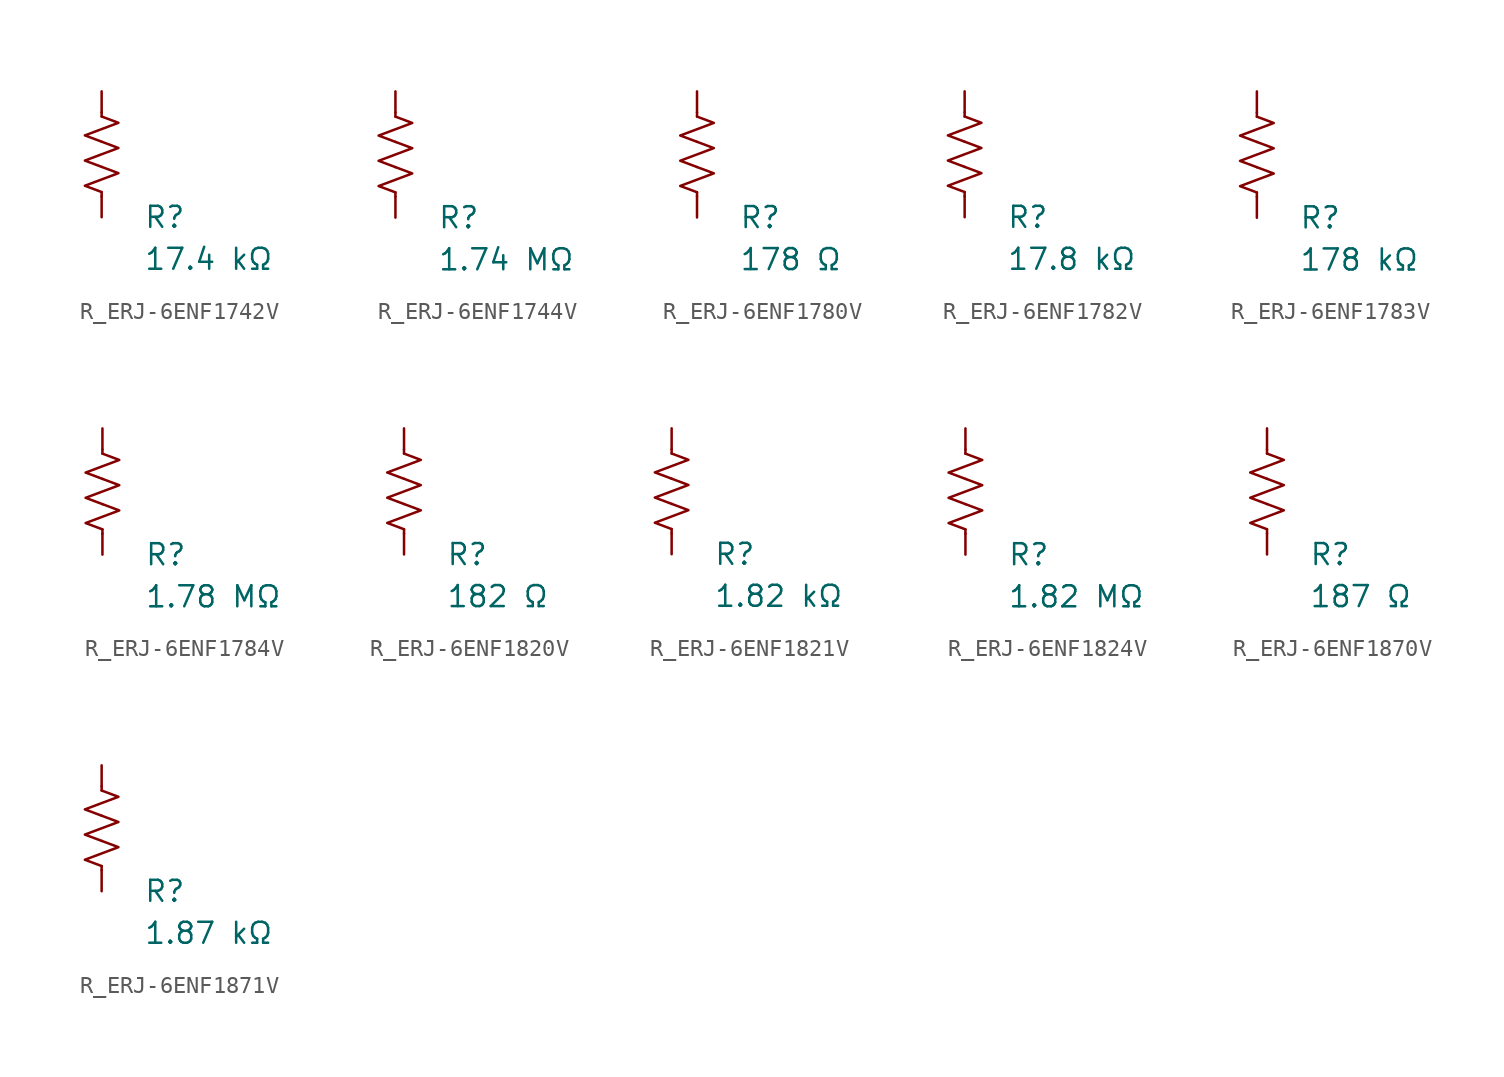
<source format=kicad_sym>
(kicad_symbol_lib
  (version 20231120)
  (generator "kicad_symbol_editor")
  (generator_version "8.0")
  (symbol "R_ERJ-6ENF1742V"
    (pin_numbers hide)
    (pin_names
      (offset 0))
    (property "Reference" "R"
      (at 2.54 -3.81 0)
      (effects (font (size 1.27 1.27)) (justify left))
      (show_name no))
    (property "Value" "17.4 kΩ"
      (at 2.54 -6.35 0)
      (effects (font (size 1.27 1.27)) (justify left))
      (show_name no))
    (symbol "R_ERJ-6ENF1742V_0_1"
      (polyline (pts (xy 0 -2.286) (xy 0 -2.54)) (stroke (width 0) (type default)) (fill (type none)))
      (polyline (pts (xy 0 2.286) (xy 0 2.54)) (stroke (width 0) (type default)) (fill (type none)))
      (polyline (pts (xy 0 -0.762) (xy 1.016 -1.143) (xy 0 -1.524) (xy -1.016 -1.905) (xy 0 -2.286)) (stroke (width 0) (type default)) (fill (type none)))
      (polyline (pts (xy 0 0.762) (xy 1.016 0.381) (xy 0 0) (xy -1.016 -0.381) (xy 0 -0.762)) (stroke (width 0) (type default)) (fill (type none)))
      (polyline (pts (xy 0 2.286) (xy 1.016 1.905) (xy 0 1.524) (xy -1.016 1.143) (xy 0 0.762)) (stroke (width 0) (type default)) (fill (type none))))
    (symbol "R_ERJ-6ENF1742V_1_1"
      (pin passive line (at 0 3.81 270) (length 1.27) (name "~" (effects (font (size 1.27 1.27)))) (number "1" (effects (font (size 1.27 1.27)))))
      (pin passive line (at 0 -3.81 90) (length 1.27) (name "~" (effects (font (size 1.27 1.27)))) (number "2" (effects (font (size 1.27 1.27)))))))
  (symbol "R_ERJ-6ENF1744V"
    (pin_numbers hide)
    (pin_names
      (offset 0))
    (property "Reference" "R"
      (at 2.54 -3.81 0)
      (effects (font (size 1.27 1.27)) (justify left))
      (show_name no))
    (property "Value" "1.74 MΩ"
      (at 2.54 -6.35 0)
      (effects (font (size 1.27 1.27)) (justify left))
      (show_name no))
    (symbol "R_ERJ-6ENF1744V_0_1"
      (polyline (pts (xy 0 -2.286) (xy 0 -2.54)) (stroke (width 0) (type default)) (fill (type none)))
      (polyline (pts (xy 0 2.286) (xy 0 2.54)) (stroke (width 0) (type default)) (fill (type none)))
      (polyline (pts (xy 0 -0.762) (xy 1.016 -1.143) (xy 0 -1.524) (xy -1.016 -1.905) (xy 0 -2.286)) (stroke (width 0) (type default)) (fill (type none)))
      (polyline (pts (xy 0 0.762) (xy 1.016 0.381) (xy 0 0) (xy -1.016 -0.381) (xy 0 -0.762)) (stroke (width 0) (type default)) (fill (type none)))
      (polyline (pts (xy 0 2.286) (xy 1.016 1.905) (xy 0 1.524) (xy -1.016 1.143) (xy 0 0.762)) (stroke (width 0) (type default)) (fill (type none))))
    (symbol "R_ERJ-6ENF1744V_1_1"
      (pin passive line (at 0 3.81 270) (length 1.27) (name "~" (effects (font (size 1.27 1.27)))) (number "1" (effects (font (size 1.27 1.27)))))
      (pin passive line (at 0 -3.81 90) (length 1.27) (name "~" (effects (font (size 1.27 1.27)))) (number "2" (effects (font (size 1.27 1.27)))))))
  (symbol "R_ERJ-6ENF1780V"
    (pin_numbers hide)
    (pin_names
      (offset 0))
    (property "Reference" "R"
      (at 2.54 -3.81 0)
      (effects (font (size 1.27 1.27)) (justify left))
      (show_name no))
    (property "Value" "178 Ω"
      (at 2.54 -6.35 0)
      (effects (font (size 1.27 1.27)) (justify left))
      (show_name no))
    (symbol "R_ERJ-6ENF1780V_0_1"
      (polyline (pts (xy 0 -2.286) (xy 0 -2.54)) (stroke (width 0) (type default)) (fill (type none)))
      (polyline (pts (xy 0 2.286) (xy 0 2.54)) (stroke (width 0) (type default)) (fill (type none)))
      (polyline (pts (xy 0 -0.762) (xy 1.016 -1.143) (xy 0 -1.524) (xy -1.016 -1.905) (xy 0 -2.286)) (stroke (width 0) (type default)) (fill (type none)))
      (polyline (pts (xy 0 0.762) (xy 1.016 0.381) (xy 0 0) (xy -1.016 -0.381) (xy 0 -0.762)) (stroke (width 0) (type default)) (fill (type none)))
      (polyline (pts (xy 0 2.286) (xy 1.016 1.905) (xy 0 1.524) (xy -1.016 1.143) (xy 0 0.762)) (stroke (width 0) (type default)) (fill (type none))))
    (symbol "R_ERJ-6ENF1780V_1_1"
      (pin passive line (at 0 3.81 270) (length 1.27) (name "~" (effects (font (size 1.27 1.27)))) (number "1" (effects (font (size 1.27 1.27)))))
      (pin passive line (at 0 -3.81 90) (length 1.27) (name "~" (effects (font (size 1.27 1.27)))) (number "2" (effects (font (size 1.27 1.27)))))))
  (symbol "R_ERJ-6ENF1782V"
    (pin_numbers hide)
    (pin_names
      (offset 0))
    (property "Reference" "R"
      (at 2.54 -3.81 0)
      (effects (font (size 1.27 1.27)) (justify left))
      (show_name no))
    (property "Value" "17.8 kΩ"
      (at 2.54 -6.35 0)
      (effects (font (size 1.27 1.27)) (justify left))
      (show_name no))
    (symbol "R_ERJ-6ENF1782V_0_1"
      (polyline (pts (xy 0 -2.286) (xy 0 -2.54)) (stroke (width 0) (type default)) (fill (type none)))
      (polyline (pts (xy 0 2.286) (xy 0 2.54)) (stroke (width 0) (type default)) (fill (type none)))
      (polyline (pts (xy 0 -0.762) (xy 1.016 -1.143) (xy 0 -1.524) (xy -1.016 -1.905) (xy 0 -2.286)) (stroke (width 0) (type default)) (fill (type none)))
      (polyline (pts (xy 0 0.762) (xy 1.016 0.381) (xy 0 0) (xy -1.016 -0.381) (xy 0 -0.762)) (stroke (width 0) (type default)) (fill (type none)))
      (polyline (pts (xy 0 2.286) (xy 1.016 1.905) (xy 0 1.524) (xy -1.016 1.143) (xy 0 0.762)) (stroke (width 0) (type default)) (fill (type none))))
    (symbol "R_ERJ-6ENF1782V_1_1"
      (pin passive line (at 0 3.81 270) (length 1.27) (name "~" (effects (font (size 1.27 1.27)))) (number "1" (effects (font (size 1.27 1.27)))))
      (pin passive line (at 0 -3.81 90) (length 1.27) (name "~" (effects (font (size 1.27 1.27)))) (number "2" (effects (font (size 1.27 1.27)))))))
  (symbol "R_ERJ-6ENF1783V"
    (pin_numbers hide)
    (pin_names
      (offset 0))
    (property "Reference" "R"
      (at 2.54 -3.81 0)
      (effects (font (size 1.27 1.27)) (justify left))
      (show_name no))
    (property "Value" "178 kΩ"
      (at 2.54 -6.35 0)
      (effects (font (size 1.27 1.27)) (justify left))
      (show_name no))
    (symbol "R_ERJ-6ENF1783V_0_1"
      (polyline (pts (xy 0 -2.286) (xy 0 -2.54)) (stroke (width 0) (type default)) (fill (type none)))
      (polyline (pts (xy 0 2.286) (xy 0 2.54)) (stroke (width 0) (type default)) (fill (type none)))
      (polyline (pts (xy 0 -0.762) (xy 1.016 -1.143) (xy 0 -1.524) (xy -1.016 -1.905) (xy 0 -2.286)) (stroke (width 0) (type default)) (fill (type none)))
      (polyline (pts (xy 0 0.762) (xy 1.016 0.381) (xy 0 0) (xy -1.016 -0.381) (xy 0 -0.762)) (stroke (width 0) (type default)) (fill (type none)))
      (polyline (pts (xy 0 2.286) (xy 1.016 1.905) (xy 0 1.524) (xy -1.016 1.143) (xy 0 0.762)) (stroke (width 0) (type default)) (fill (type none))))
    (symbol "R_ERJ-6ENF1783V_1_1"
      (pin passive line (at 0 3.81 270) (length 1.27) (name "~" (effects (font (size 1.27 1.27)))) (number "1" (effects (font (size 1.27 1.27)))))
      (pin passive line (at 0 -3.81 90) (length 1.27) (name "~" (effects (font (size 1.27 1.27)))) (number "2" (effects (font (size 1.27 1.27)))))))
  (symbol "R_ERJ-6ENF1784V"
    (pin_numbers hide)
    (pin_names
      (offset 0))
    (property "Reference" "R"
      (at 2.54 -3.81 0)
      (effects (font (size 1.27 1.27)) (justify left))
      (show_name no))
    (property "Value" "1.78 MΩ"
      (at 2.54 -6.35 0)
      (effects (font (size 1.27 1.27)) (justify left))
      (show_name no))
    (symbol "R_ERJ-6ENF1784V_0_1"
      (polyline (pts (xy 0 -2.286) (xy 0 -2.54)) (stroke (width 0) (type default)) (fill (type none)))
      (polyline (pts (xy 0 2.286) (xy 0 2.54)) (stroke (width 0) (type default)) (fill (type none)))
      (polyline (pts (xy 0 -0.762) (xy 1.016 -1.143) (xy 0 -1.524) (xy -1.016 -1.905) (xy 0 -2.286)) (stroke (width 0) (type default)) (fill (type none)))
      (polyline (pts (xy 0 0.762) (xy 1.016 0.381) (xy 0 0) (xy -1.016 -0.381) (xy 0 -0.762)) (stroke (width 0) (type default)) (fill (type none)))
      (polyline (pts (xy 0 2.286) (xy 1.016 1.905) (xy 0 1.524) (xy -1.016 1.143) (xy 0 0.762)) (stroke (width 0) (type default)) (fill (type none))))
    (symbol "R_ERJ-6ENF1784V_1_1"
      (pin passive line (at 0 3.81 270) (length 1.27) (name "~" (effects (font (size 1.27 1.27)))) (number "1" (effects (font (size 1.27 1.27)))))
      (pin passive line (at 0 -3.81 90) (length 1.27) (name "~" (effects (font (size 1.27 1.27)))) (number "2" (effects (font (size 1.27 1.27)))))))
  (symbol "R_ERJ-6ENF1820V"
    (pin_numbers hide)
    (pin_names
      (offset 0))
    (property "Reference" "R"
      (at 2.54 -3.81 0)
      (effects (font (size 1.27 1.27)) (justify left))
      (show_name no))
    (property "Value" "182 Ω"
      (at 2.54 -6.35 0)
      (effects (font (size 1.27 1.27)) (justify left))
      (show_name no))
    (symbol "R_ERJ-6ENF1820V_0_1"
      (polyline (pts (xy 0 -2.286) (xy 0 -2.54)) (stroke (width 0) (type default)) (fill (type none)))
      (polyline (pts (xy 0 2.286) (xy 0 2.54)) (stroke (width 0) (type default)) (fill (type none)))
      (polyline (pts (xy 0 -0.762) (xy 1.016 -1.143) (xy 0 -1.524) (xy -1.016 -1.905) (xy 0 -2.286)) (stroke (width 0) (type default)) (fill (type none)))
      (polyline (pts (xy 0 0.762) (xy 1.016 0.381) (xy 0 0) (xy -1.016 -0.381) (xy 0 -0.762)) (stroke (width 0) (type default)) (fill (type none)))
      (polyline (pts (xy 0 2.286) (xy 1.016 1.905) (xy 0 1.524) (xy -1.016 1.143) (xy 0 0.762)) (stroke (width 0) (type default)) (fill (type none))))
    (symbol "R_ERJ-6ENF1820V_1_1"
      (pin passive line (at 0 3.81 270) (length 1.27) (name "~" (effects (font (size 1.27 1.27)))) (number "1" (effects (font (size 1.27 1.27)))))
      (pin passive line (at 0 -3.81 90) (length 1.27) (name "~" (effects (font (size 1.27 1.27)))) (number "2" (effects (font (size 1.27 1.27)))))))
  (symbol "R_ERJ-6ENF1821V"
    (pin_numbers hide)
    (pin_names
      (offset 0))
    (property "Reference" "R"
      (at 2.54 -3.81 0)
      (effects (font (size 1.27 1.27)) (justify left))
      (show_name no))
    (property "Value" "1.82 kΩ"
      (at 2.54 -6.35 0)
      (effects (font (size 1.27 1.27)) (justify left))
      (show_name no))
    (symbol "R_ERJ-6ENF1821V_0_1"
      (polyline (pts (xy 0 -2.286) (xy 0 -2.54)) (stroke (width 0) (type default)) (fill (type none)))
      (polyline (pts (xy 0 2.286) (xy 0 2.54)) (stroke (width 0) (type default)) (fill (type none)))
      (polyline (pts (xy 0 -0.762) (xy 1.016 -1.143) (xy 0 -1.524) (xy -1.016 -1.905) (xy 0 -2.286)) (stroke (width 0) (type default)) (fill (type none)))
      (polyline (pts (xy 0 0.762) (xy 1.016 0.381) (xy 0 0) (xy -1.016 -0.381) (xy 0 -0.762)) (stroke (width 0) (type default)) (fill (type none)))
      (polyline (pts (xy 0 2.286) (xy 1.016 1.905) (xy 0 1.524) (xy -1.016 1.143) (xy 0 0.762)) (stroke (width 0) (type default)) (fill (type none))))
    (symbol "R_ERJ-6ENF1821V_1_1"
      (pin passive line (at 0 3.81 270) (length 1.27) (name "~" (effects (font (size 1.27 1.27)))) (number "1" (effects (font (size 1.27 1.27)))))
      (pin passive line (at 0 -3.81 90) (length 1.27) (name "~" (effects (font (size 1.27 1.27)))) (number "2" (effects (font (size 1.27 1.27)))))))
  (symbol "R_ERJ-6ENF1824V"
    (pin_numbers hide)
    (pin_names
      (offset 0))
    (property "Reference" "R"
      (at 2.54 -3.81 0)
      (effects (font (size 1.27 1.27)) (justify left))
      (show_name no))
    (property "Value" "1.82 MΩ"
      (at 2.54 -6.35 0)
      (effects (font (size 1.27 1.27)) (justify left))
      (show_name no))
    (symbol "R_ERJ-6ENF1824V_0_1"
      (polyline (pts (xy 0 -2.286) (xy 0 -2.54)) (stroke (width 0) (type default)) (fill (type none)))
      (polyline (pts (xy 0 2.286) (xy 0 2.54)) (stroke (width 0) (type default)) (fill (type none)))
      (polyline (pts (xy 0 -0.762) (xy 1.016 -1.143) (xy 0 -1.524) (xy -1.016 -1.905) (xy 0 -2.286)) (stroke (width 0) (type default)) (fill (type none)))
      (polyline (pts (xy 0 0.762) (xy 1.016 0.381) (xy 0 0) (xy -1.016 -0.381) (xy 0 -0.762)) (stroke (width 0) (type default)) (fill (type none)))
      (polyline (pts (xy 0 2.286) (xy 1.016 1.905) (xy 0 1.524) (xy -1.016 1.143) (xy 0 0.762)) (stroke (width 0) (type default)) (fill (type none))))
    (symbol "R_ERJ-6ENF1824V_1_1"
      (pin passive line (at 0 3.81 270) (length 1.27) (name "~" (effects (font (size 1.27 1.27)))) (number "1" (effects (font (size 1.27 1.27)))))
      (pin passive line (at 0 -3.81 90) (length 1.27) (name "~" (effects (font (size 1.27 1.27)))) (number "2" (effects (font (size 1.27 1.27)))))))
  (symbol "R_ERJ-6ENF1870V"
    (pin_numbers hide)
    (pin_names
      (offset 0))
    (property "Reference" "R"
      (at 2.54 -3.81 0)
      (effects (font (size 1.27 1.27)) (justify left))
      (show_name no))
    (property "Value" "187 Ω"
      (at 2.54 -6.35 0)
      (effects (font (size 1.27 1.27)) (justify left))
      (show_name no))
    (symbol "R_ERJ-6ENF1870V_0_1"
      (polyline (pts (xy 0 -2.286) (xy 0 -2.54)) (stroke (width 0) (type default)) (fill (type none)))
      (polyline (pts (xy 0 2.286) (xy 0 2.54)) (stroke (width 0) (type default)) (fill (type none)))
      (polyline (pts (xy 0 -0.762) (xy 1.016 -1.143) (xy 0 -1.524) (xy -1.016 -1.905) (xy 0 -2.286)) (stroke (width 0) (type default)) (fill (type none)))
      (polyline (pts (xy 0 0.762) (xy 1.016 0.381) (xy 0 0) (xy -1.016 -0.381) (xy 0 -0.762)) (stroke (width 0) (type default)) (fill (type none)))
      (polyline (pts (xy 0 2.286) (xy 1.016 1.905) (xy 0 1.524) (xy -1.016 1.143) (xy 0 0.762)) (stroke (width 0) (type default)) (fill (type none))))
    (symbol "R_ERJ-6ENF1870V_1_1"
      (pin passive line (at 0 3.81 270) (length 1.27) (name "~" (effects (font (size 1.27 1.27)))) (number "1" (effects (font (size 1.27 1.27)))))
      (pin passive line (at 0 -3.81 90) (length 1.27) (name "~" (effects (font (size 1.27 1.27)))) (number "2" (effects (font (size 1.27 1.27)))))))
  (symbol "R_ERJ-6ENF1871V"
    (pin_numbers hide)
    (pin_names
      (offset 0))
    (property "Reference" "R"
      (at 2.54 -3.81 0)
      (effects (font (size 1.27 1.27)) (justify left))
      (show_name no))
    (property "Value" "1.87 kΩ"
      (at 2.54 -6.35 0)
      (effects (font (size 1.27 1.27)) (justify left))
      (show_name no))
    (symbol "R_ERJ-6ENF1871V_0_1"
      (polyline (pts (xy 0 -2.286) (xy 0 -2.54)) (stroke (width 0) (type default)) (fill (type none)))
      (polyline (pts (xy 0 2.286) (xy 0 2.54)) (stroke (width 0) (type default)) (fill (type none)))
      (polyline (pts (xy 0 -0.762) (xy 1.016 -1.143) (xy 0 -1.524) (xy -1.016 -1.905) (xy 0 -2.286)) (stroke (width 0) (type default)) (fill (type none)))
      (polyline (pts (xy 0 0.762) (xy 1.016 0.381) (xy 0 0) (xy -1.016 -0.381) (xy 0 -0.762)) (stroke (width 0) (type default)) (fill (type none)))
      (polyline (pts (xy 0 2.286) (xy 1.016 1.905) (xy 0 1.524) (xy -1.016 1.143) (xy 0 0.762)) (stroke (width 0) (type default)) (fill (type none))))
    (symbol "R_ERJ-6ENF1871V_1_1"
      (pin passive line (at 0 3.81 270) (length 1.27) (name "~" (effects (font (size 1.27 1.27)))) (number "1" (effects (font (size 1.27 1.27)))))
      (pin passive line (at 0 -3.81 90) (length 1.27) (name "~" (effects (font (size 1.27 1.27)))) (number "2" (effects (font (size 1.27 1.27))))))))
</source>
